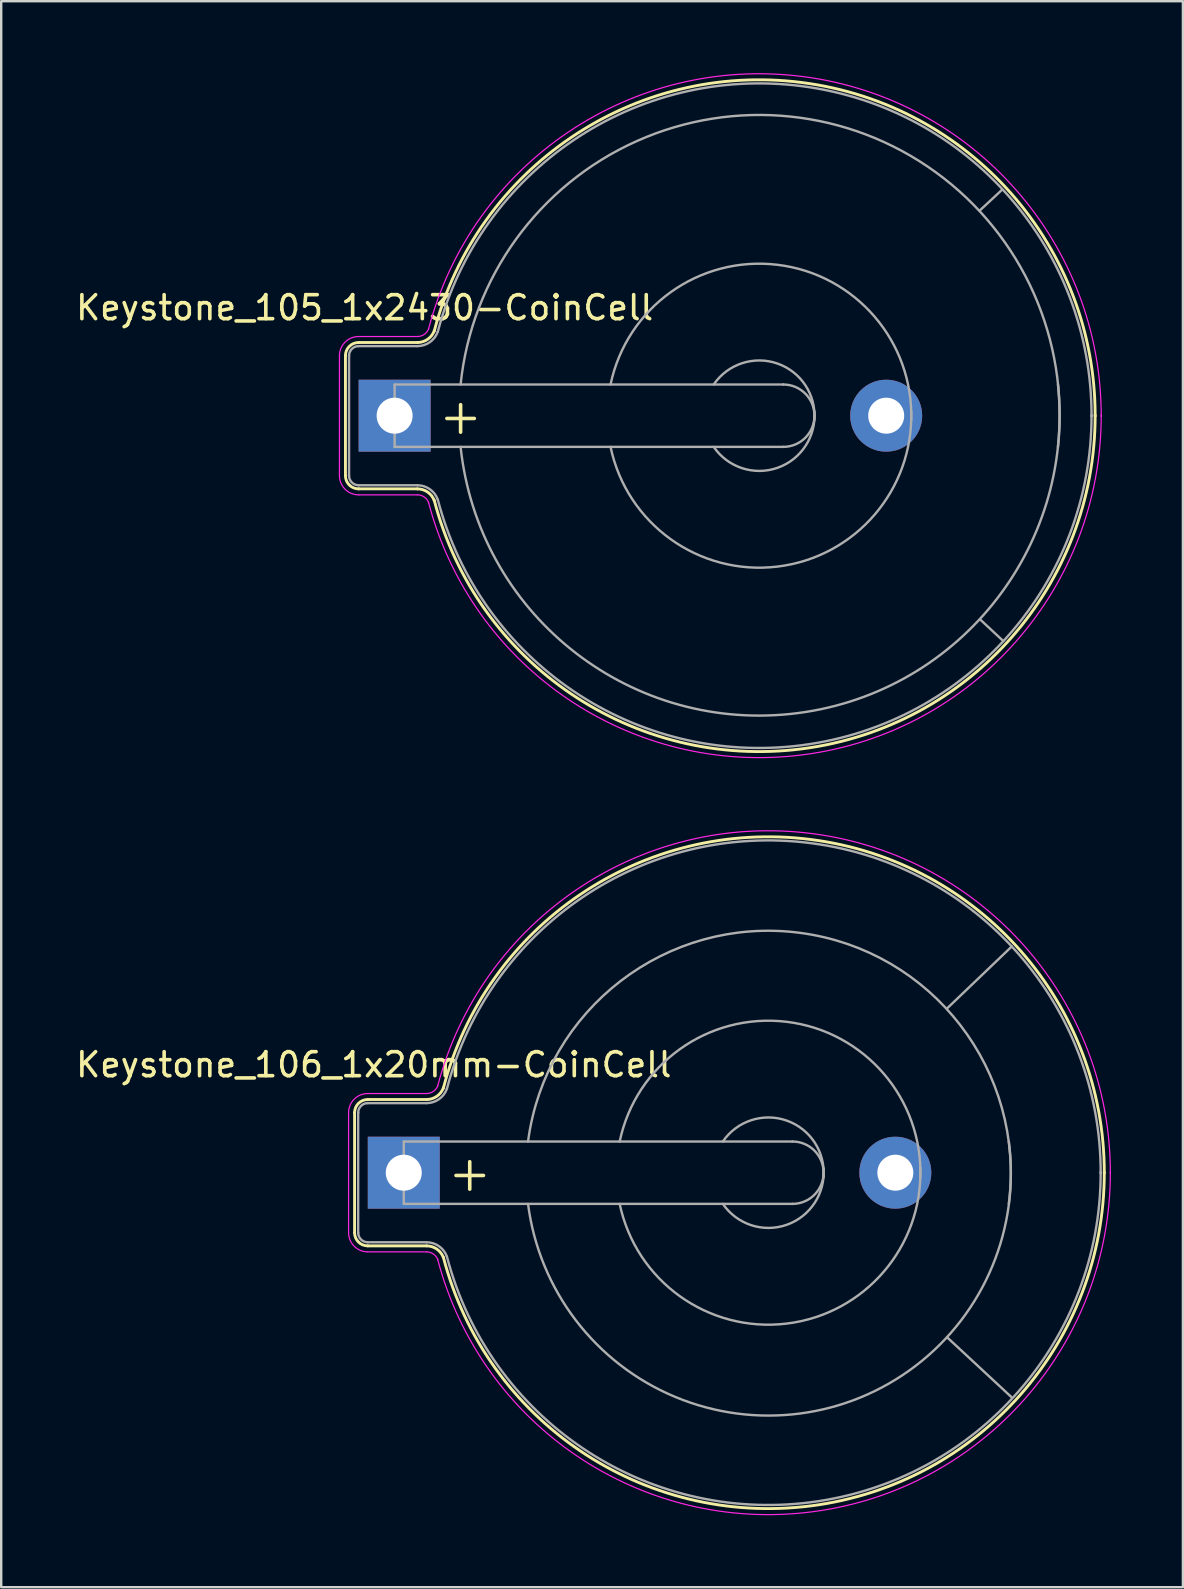
<source format=kicad_pcb>
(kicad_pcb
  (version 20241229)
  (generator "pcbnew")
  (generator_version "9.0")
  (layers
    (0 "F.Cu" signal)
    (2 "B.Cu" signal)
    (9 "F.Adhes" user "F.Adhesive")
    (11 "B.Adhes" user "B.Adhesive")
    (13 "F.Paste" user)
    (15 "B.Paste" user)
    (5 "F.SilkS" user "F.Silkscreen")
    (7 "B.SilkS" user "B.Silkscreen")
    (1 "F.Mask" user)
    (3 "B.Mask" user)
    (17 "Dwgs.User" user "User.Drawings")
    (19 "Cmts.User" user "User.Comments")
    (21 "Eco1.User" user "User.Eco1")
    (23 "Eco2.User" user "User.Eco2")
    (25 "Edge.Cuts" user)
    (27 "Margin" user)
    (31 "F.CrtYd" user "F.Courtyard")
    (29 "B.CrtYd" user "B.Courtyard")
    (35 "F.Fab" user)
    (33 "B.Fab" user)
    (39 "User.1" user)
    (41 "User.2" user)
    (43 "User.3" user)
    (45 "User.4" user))
  (footprint "Keystone_105_1x2430-CoinCell"
    (layer "F.Cu")
    (at 13.399 14.277)
    (property "Reference" "Keystone_105_1x2430-CoinCell" (at -1.25 -4.5 0) (layer "F.SilkS") (effects (font (size 1 1) (thickness 0.15))))
    (attr through_hole)
    (fp_line (start -2.05 -2.5) (end -2.05 2.5) (stroke (width 0.12) (type solid)) (layer "F.SilkS"))
    (fp_line (start -1.5 3.05) (end 0.95 3.05) (stroke (width 0.12) (type solid)) (layer "F.SilkS"))
    (fp_line (start 0.95 -3.05) (end -1.5 -3.05) (stroke (width 0.12) (type solid)) (layer "F.SilkS"))
    (fp_arc (start -2.05 -2.5) (mid -1.888909 -2.888909) (end -1.5 -3.05) (stroke (width 0.12) (type solid)) (layer "F.SilkS"))
    (fp_arc (start -1.5 3.05) (mid -1.888909 2.888909) (end -2.05 2.5) (stroke (width 0.12) (type solid)) (layer "F.SilkS"))
    (fp_arc (start 0.95 3.05) (mid 1.380182 3.185636) (end 1.654769 3.543485) (stroke (width 0.12) (type solid)) (layer "F.SilkS"))
    (fp_arc (start 1.65 -3.52) (mid 16.981862 -13.885887) (end 29.199738 0.015231) (stroke (width 0.12) (type solid)) (layer "F.SilkS"))
    (fp_arc (start 1.654769 -3.543485) (mid 1.380182 -3.185636) (end 0.95 -3.05) (stroke (width 0.12) (type solid)) (layer "F.SilkS"))
    (fp_arc (start 29.199738 -0.015231) (mid 16.981862 13.885887) (end 1.65 3.52) (stroke (width 0.12) (type solid)) (layer "F.SilkS"))
    (fp_line (start -2.3 -2.5) (end -2.3 2.5) (stroke (width 0.05) (type solid)) (layer "F.CrtYd"))
    (fp_line (start -1.5 3.3) (end 0.95 3.3) (stroke (width 0.05) (type solid)) (layer "F.CrtYd"))
    (fp_line (start 0.95 -3.3) (end -1.5 -3.3) (stroke (width 0.05) (type solid)) (layer "F.CrtYd"))
    (fp_arc (start -2.3 -2.5) (mid -2.065685 -3.065685) (end -1.5 -3.3) (stroke (width 0.05) (type solid)) (layer "F.CrtYd"))
    (fp_arc (start -1.5 3.3) (mid -2.065685 3.065685) (end -2.3 2.5) (stroke (width 0.05) (type solid)) (layer "F.CrtYd"))
    (fp_arc (start 0.95 3.3) (mid 1.236788 3.390424) (end 1.419846 3.62899) (stroke (width 0.05) (type solid)) (layer "F.CrtYd"))
    (fp_arc (start 1.41 -3.6) (mid 17.030934 -14.134065) (end 29.452124 0.032591) (stroke (width 0.05) (type solid)) (layer "F.CrtYd"))
    (fp_arc (start 1.419846 -3.62899) (mid 1.236788 -3.390424) (end 0.95 -3.3) (stroke (width 0.05) (type solid)) (layer "F.CrtYd"))
    (fp_arc (start 29.452124 -0.032591) (mid 17.030934 14.134065) (end 1.41 3.6) (stroke (width 0.05) (type solid)) (layer "F.CrtYd"))
    (fp_line (start -1.9 -2.5) (end -1.9 2.5) (stroke (width 0.1) (type solid)) (layer "F.Fab"))
    (fp_line (start -1.5 2.9) (end 0.95 2.9) (stroke (width 0.1) (type solid)) (layer "F.Fab"))
    (fp_line (start 0 -1.3) (end 0 1.3) (stroke (width 0.1) (type solid)) (layer "F.Fab"))
    (fp_line (start 0 1.3) (end 16.2 1.3) (stroke (width 0.1) (type solid)) (layer "F.Fab"))
    (fp_line (start 0.95 -2.9) (end -1.5 -2.9) (stroke (width 0.1) (type solid)) (layer "F.Fab"))
    (fp_line (start 16.2 -1.3) (end 0 -1.3) (stroke (width 0.1) (type solid)) (layer "F.Fab"))
    (fp_line (start 24.384 -8.547) (end 25.299 -9.399) (stroke (width 0.1) (type solid)) (layer "F.Fab"))
    (fp_line (start 24.409 8.496) (end 25.375 9.398) (stroke (width 0.1) (type solid)) (layer "F.Fab"))
    (fp_arc (start -1.9 -2.5) (mid -1.782843 -2.782843) (end -1.5 -2.9) (stroke (width 0.1) (type solid)) (layer "F.Fab"))
    (fp_arc (start -1.5 2.9) (mid -1.782843 2.782843) (end -1.9 2.5) (stroke (width 0.1) (type solid)) (layer "F.Fab"))
    (fp_arc (start 0.95 2.9) (mid 1.466219 3.062763) (end 1.795723 3.492182) (stroke (width 0.1) (type solid)) (layer "F.Fab"))
    (fp_arc (start 1.795723 -3.492182) (mid 1.466219 -3.062763) (end 0.95 -2.9) (stroke (width 0.1) (type solid)) (layer "F.Fab"))
    (fp_arc (start 1.8 -3.5) (mid 16.980951 -13.734563) (end 29.049508 0.033425) (stroke (width 0.1) (type solid)) (layer "F.Fab"))
    (fp_arc (start 2.75 -1.3) (mid 16.5 -12.45) (end 27.65 1.3) (stroke (width 0.1) (type solid)) (layer "F.Fab"))
    (fp_arc (start 9 -1.3) (mid 15.954687 -6.28971) (end 21.531551 0.203631) (stroke (width 0.1) (type solid)) (layer "F.Fab"))
    (fp_arc (start 13.3 -1.3) (mid 15.963947 -2.171724) (end 17.495448 0.175833) (stroke (width 0.1) (type solid)) (layer "F.Fab"))
    (fp_arc (start 16.2 -1.3) (mid 17.5 0) (end 16.2 1.3) (stroke (width 0.1) (type solid)) (layer "F.Fab"))
    (fp_arc (start 17.495448 -0.175833) (mid 15.963947 2.171724) (end 13.3 1.3) (stroke (width 0.1) (type solid)) (layer "F.Fab"))
    (fp_arc (start 21.531551 -0.203631) (mid 15.954687 6.28971) (end 9 1.3) (stroke (width 0.1) (type solid)) (layer "F.Fab"))
    (fp_arc (start 27.65 -1.3) (mid 16.5 12.45) (end 2.75 1.3) (stroke (width 0.1) (type solid)) (layer "F.Fab"))
    (fp_arc (start 29.049508 -0.033425) (mid 16.980951 13.734562) (end 1.8 3.5) (stroke (width 0.1) (type solid)) (layer "F.Fab"))
    (fp_text user "+" (at 2.75 0 0) (layer "F.SilkS") (effects (font (size 1.5 1.5) (thickness 0.15))))
    (pad "1" thru_hole rect (at 0 0) (size 3 3) (drill 1.5) (layers "*.Cu" "*.Mask"))
    (pad "2" thru_hole circle (at 20.49 0) (size 3 3) (drill 1.5) (layers "*.Cu" "*.Mask")))
  (footprint "Keystone_106_1x20mm-CoinCell"
    (layer "F.Cu")
    (at 13.78 45.831)
    (property "Reference" "Keystone_106_1x20mm-CoinCell" (at -1.25 -4.5 0) (layer "F.SilkS") (effects (font (size 1 1) (thickness 0.15))))
    (attr through_hole)
    (fp_line (start -2.05 -2.5) (end -2.05 2.5) (stroke (width 0.12) (type solid)) (layer "F.SilkS"))
    (fp_line (start -1.5 3.05) (end 0.95 3.05) (stroke (width 0.12) (type solid)) (layer "F.SilkS"))
    (fp_line (start 0.95 -3.05) (end -1.5 -3.05) (stroke (width 0.12) (type solid)) (layer "F.SilkS"))
    (fp_arc (start -2.05 -2.5) (mid -1.888909 -2.888909) (end -1.5 -3.05) (stroke (width 0.12) (type solid)) (layer "F.SilkS"))
    (fp_arc (start -1.5 3.05) (mid -1.888909 2.888909) (end -2.05 2.5) (stroke (width 0.12) (type solid)) (layer "F.SilkS"))
    (fp_arc (start 0.95 3.05) (mid 1.380182 3.185636) (end 1.654769 3.543485) (stroke (width 0.12) (type solid)) (layer "F.SilkS"))
    (fp_arc (start 1.65 -3.52) (mid 16.981862 -13.885887) (end 29.199738 0.015231) (stroke (width 0.12) (type solid)) (layer "F.SilkS"))
    (fp_arc (start 1.654769 -3.543485) (mid 1.380182 -3.185636) (end 0.95 -3.05) (stroke (width 0.12) (type solid)) (layer "F.SilkS"))
    (fp_arc (start 29.199738 -0.015231) (mid 16.981862 13.885887) (end 1.65 3.52) (stroke (width 0.12) (type solid)) (layer "F.SilkS"))
    (fp_line (start -2.3 -2.5) (end -2.3 2.5) (stroke (width 0.05) (type solid)) (layer "F.CrtYd"))
    (fp_line (start -1.5 3.3) (end 0.95 3.3) (stroke (width 0.05) (type solid)) (layer "F.CrtYd"))
    (fp_line (start 0.95 -3.3) (end -1.5 -3.3) (stroke (width 0.05) (type solid)) (layer "F.CrtYd"))
    (fp_arc (start -2.3 -2.5) (mid -2.065685 -3.065685) (end -1.5 -3.3) (stroke (width 0.05) (type solid)) (layer "F.CrtYd"))
    (fp_arc (start -1.5 3.3) (mid -2.065685 3.065685) (end -2.3 2.5) (stroke (width 0.05) (type solid)) (layer "F.CrtYd"))
    (fp_arc (start 0.95 3.3) (mid 1.236788 3.390424) (end 1.419846 3.62899) (stroke (width 0.05) (type solid)) (layer "F.CrtYd"))
    (fp_arc (start 1.41 -3.6) (mid 17.030934 -14.134065) (end 29.452124 0.032591) (stroke (width 0.05) (type solid)) (layer "F.CrtYd"))
    (fp_arc (start 1.419846 -3.62899) (mid 1.236788 -3.390424) (end 0.95 -3.3) (stroke (width 0.05) (type solid)) (layer "F.CrtYd"))
    (fp_arc (start 29.452124 -0.032591) (mid 17.030934 14.134065) (end 1.41 3.6) (stroke (width 0.05) (type solid)) (layer "F.CrtYd"))
    (fp_line (start -1.9 -2.5) (end -1.9 2.5) (stroke (width 0.1) (type solid)) (layer "F.Fab"))
    (fp_line (start -1.5 2.9) (end 0.95 2.9) (stroke (width 0.1) (type solid)) (layer "F.Fab"))
    (fp_line (start 0 -1.3) (end 0 1.3) (stroke (width 0.1) (type solid)) (layer "F.Fab"))
    (fp_line (start 0 1.3) (end 16.2 1.3) (stroke (width 0.1) (type solid)) (layer "F.Fab"))
    (fp_line (start 0.95 -2.9) (end -1.5 -2.9) (stroke (width 0.1) (type solid)) (layer "F.Fab"))
    (fp_line (start 16.2 -1.3) (end 0 -1.3) (stroke (width 0.1) (type solid)) (layer "F.Fab"))
    (fp_line (start 22.644 6.858) (end 25.35 9.373) (stroke (width 0.1) (type solid)) (layer "F.Fab"))
    (fp_line (start 22.657 -6.858) (end 25.342 -9.429) (stroke (width 0.1) (type solid)) (layer "F.Fab"))
    (fp_arc (start -1.9 -2.5) (mid -1.782843 -2.782843) (end -1.5 -2.9) (stroke (width 0.1) (type solid)) (layer "F.Fab"))
    (fp_arc (start -1.5 2.9) (mid -1.782843 2.782843) (end -1.9 2.5) (stroke (width 0.1) (type solid)) (layer "F.Fab"))
    (fp_arc (start 0.95 2.9) (mid 1.466219 3.062763) (end 1.795723 3.492182) (stroke (width 0.1) (type solid)) (layer "F.Fab"))
    (fp_arc (start 1.795723 -3.492182) (mid 1.466219 -3.062763) (end 0.95 -2.9) (stroke (width 0.1) (type solid)) (layer "F.Fab"))
    (fp_arc (start 1.8 -3.5) (mid 16.980951 -13.734563) (end 29.049508 0.033425) (stroke (width 0.1) (type solid)) (layer "F.Fab"))
    (fp_arc (start 5.18 -1.3) (mid 16.5 -10.02) (end 25.22 1.3) (stroke (width 0.1) (type solid)) (layer "F.Fab"))
    (fp_arc (start 9 -1.3) (mid 15.954687 -6.28971) (end 21.531551 0.203631) (stroke (width 0.1) (type solid)) (layer "F.Fab"))
    (fp_arc (start 13.3 -1.3) (mid 15.963947 -2.171724) (end 17.495448 0.175833) (stroke (width 0.1) (type solid)) (layer "F.Fab"))
    (fp_arc (start 16.2 -1.3) (mid 17.5 0) (end 16.2 1.3) (stroke (width 0.1) (type solid)) (layer "F.Fab"))
    (fp_arc (start 17.495448 -0.175833) (mid 15.963947 2.171724) (end 13.3 1.3) (stroke (width 0.1) (type solid)) (layer "F.Fab"))
    (fp_arc (start 21.531551 -0.203631) (mid 15.954687 6.28971) (end 9 1.3) (stroke (width 0.1) (type solid)) (layer "F.Fab"))
    (fp_arc (start 25.22 -1.3) (mid 16.5 10.02) (end 5.18 1.3) (stroke (width 0.1) (type solid)) (layer "F.Fab"))
    (fp_arc (start 29.049508 -0.033425) (mid 16.980951 13.734562) (end 1.8 3.5) (stroke (width 0.1) (type solid)) (layer "F.Fab"))
    (fp_text user "+" (at 2.75 0 0) (layer "F.SilkS") (effects (font (size 1.5 1.5) (thickness 0.15))))
    (pad "1" thru_hole rect (at 0 0) (size 3 3) (drill 1.5) (layers "*.Cu" "*.Mask"))
    (pad "2" thru_hole circle (at 20.49 0) (size 3 3) (drill 1.5) (layers "*.Cu" "*.Mask")))
  (gr_rect
    (start -3 -3)
    (end 46.257 63.109)
    (stroke (width 0.1) (type default))
    (fill no)
    (layer "Edge.Cuts")))
</source>
